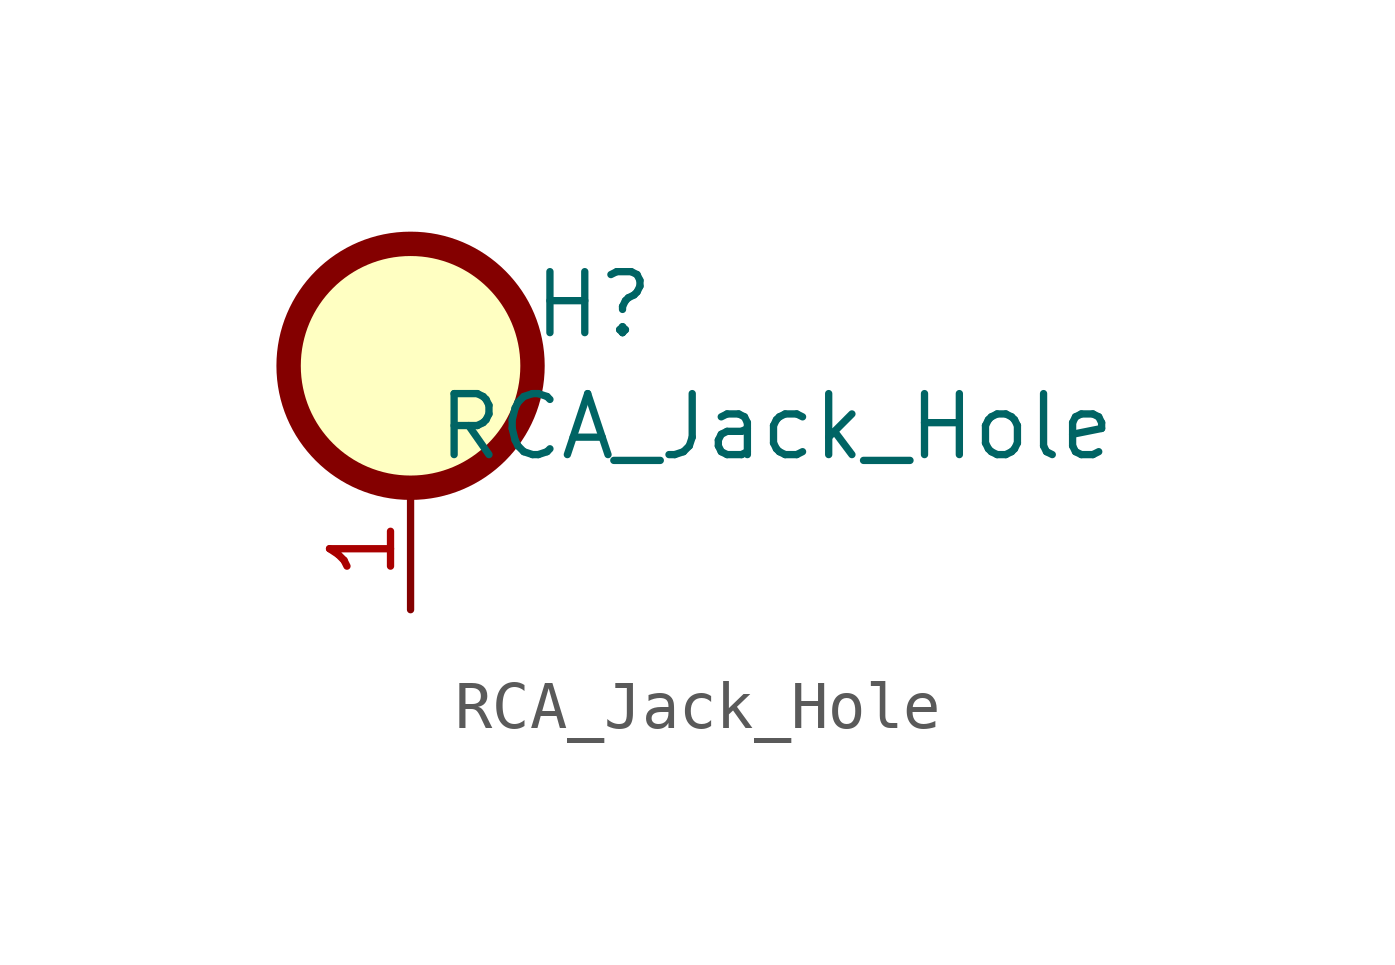
<source format=kicad_sym>
(kicad_symbol_lib
  (version 20220914)
  (generator kicad_symbol_editor)
  (symbol "RCA_Jack_Hole"
    (pin_names
      (offset 1.016))
    (property "Reference" "H"
      (at 3.81 1.27 0)
      (effects (font (size 1.27 1.27))))
    (property "Value" "RCA_Jack_Hole"
      (at 7.62 -1.27 0)
      (effects (font (size 1.27 1.27))))
    (symbol "RCA_Jack_Hole_1_1"
      (circle (center 0 0) (radius 2.54) (stroke (width 0.508) (type default)) (fill (type background)))
      (pin passive line (at 0 -5.08 90) (length 2.54) (name "~" (effects (font (size 1.27 1.27)))) (number "1" (effects (font (size 1.27 1.27))))))))
</source>
